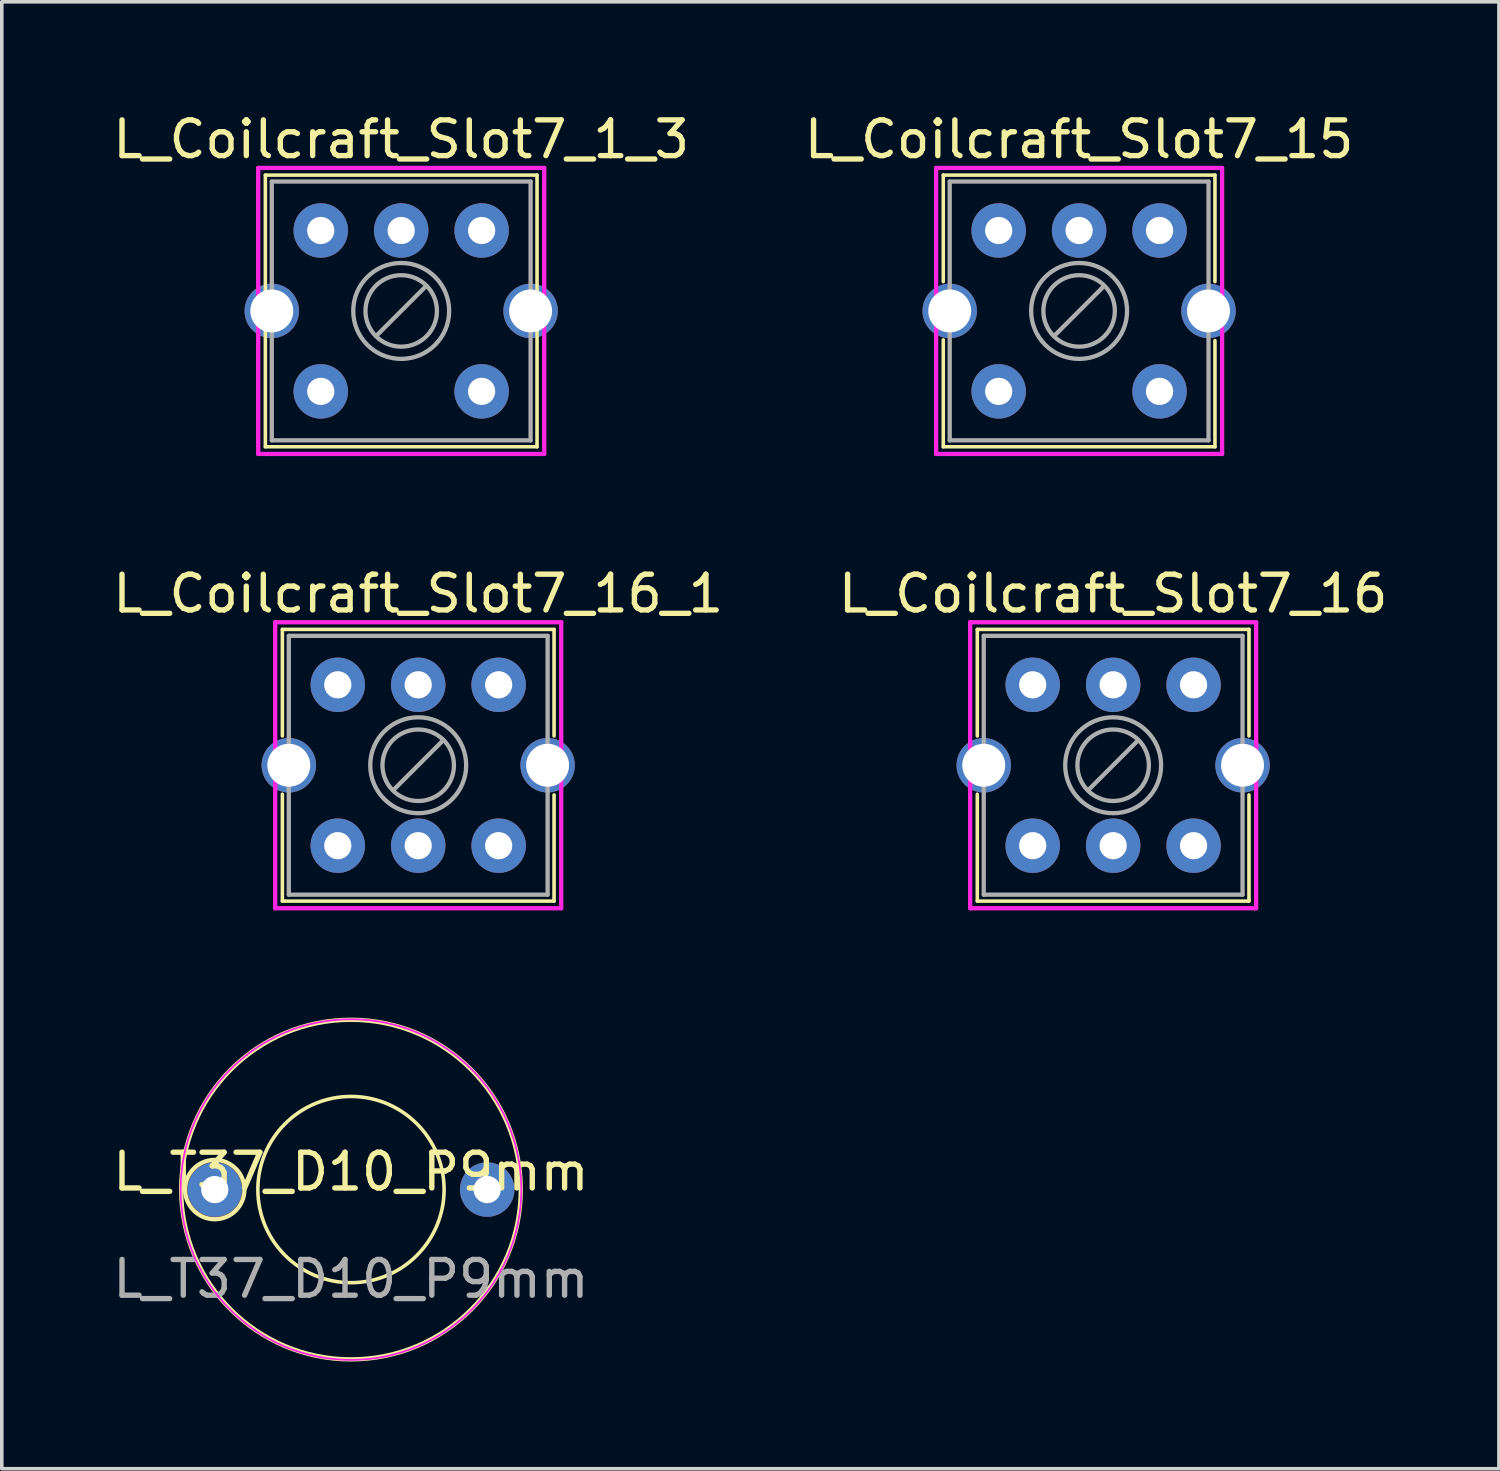
<source format=kicad_pcb>
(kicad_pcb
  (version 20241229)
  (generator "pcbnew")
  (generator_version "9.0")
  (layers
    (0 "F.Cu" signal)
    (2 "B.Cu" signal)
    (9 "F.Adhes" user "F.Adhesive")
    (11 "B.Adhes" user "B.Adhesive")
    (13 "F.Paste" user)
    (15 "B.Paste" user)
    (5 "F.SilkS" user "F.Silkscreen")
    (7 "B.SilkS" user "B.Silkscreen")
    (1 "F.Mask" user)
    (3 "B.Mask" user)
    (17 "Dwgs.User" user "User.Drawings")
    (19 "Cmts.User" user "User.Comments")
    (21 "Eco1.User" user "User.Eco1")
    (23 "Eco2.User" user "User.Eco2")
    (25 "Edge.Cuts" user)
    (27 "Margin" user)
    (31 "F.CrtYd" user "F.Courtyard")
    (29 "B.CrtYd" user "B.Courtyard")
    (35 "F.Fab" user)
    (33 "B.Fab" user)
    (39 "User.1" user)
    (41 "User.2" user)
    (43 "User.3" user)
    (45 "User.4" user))
  (footprint "L_Coilcraft_Slot7_16"
    (layer "F.Cu")
    (at 28.089 18.357)
    (property "Reference" "L_Coilcraft_Slot7_16" (at 0 -4.8 0) (layer "F.SilkS") (effects (font (size 1 1) (thickness 0.15))))
    (attr through_hole)
    (fp_line (start -3.8 -3.8) (end 3.8 -3.8) (stroke (width 0.1) (type solid)) (layer "F.SilkS"))
    (fp_line (start -3.8 -0.82) (end -3.8 -3.8) (stroke (width 0.1) (type solid)) (layer "F.SilkS"))
    (fp_line (start -3.8 3.8) (end -3.8 0.81) (stroke (width 0.1) (type solid)) (layer "F.SilkS"))
    (fp_line (start 3.8 -3.8) (end 3.8 -0.82) (stroke (width 0.1) (type solid)) (layer "F.SilkS"))
    (fp_line (start 3.8 0.83) (end 3.8 3.8) (stroke (width 0.1) (type solid)) (layer "F.SilkS"))
    (fp_line (start 3.8 3.8) (end -3.8 3.8) (stroke (width 0.1) (type solid)) (layer "F.SilkS"))
    (fp_line (start -4 -4) (end 4 -4) (stroke (width 0.12) (type solid)) (layer "F.CrtYd"))
    (fp_line (start -4 4) (end -4 -4) (stroke (width 0.12) (type solid)) (layer "F.CrtYd"))
    (fp_line (start 4 -4) (end 4 4) (stroke (width 0.12) (type solid)) (layer "F.CrtYd"))
    (fp_line (start 4 4) (end -4 4) (stroke (width 0.12) (type solid)) (layer "F.CrtYd"))
    (fp_line (start -3.62 -3.62) (end 3.62 -3.62) (stroke (width 0.12) (type solid)) (layer "F.Fab"))
    (fp_line (start -3.62 3.62) (end -3.62 -3.62) (stroke (width 0.12) (type solid)) (layer "F.Fab"))
    (fp_line (start 0.7 -0.7) (end -0.7 0.7) (stroke (width 0.12) (type solid)) (layer "F.Fab"))
    (fp_line (start 3.62 -3.62) (end 3.62 3.62) (stroke (width 0.12) (type solid)) (layer "F.Fab"))
    (fp_line (start 3.62 3.62) (end -3.62 3.62) (stroke (width 0.12) (type solid)) (layer "F.Fab"))
    (fp_circle (center 0 0) (end 1 0) (stroke (width 0.12) (type solid)) (fill no) (layer "F.Fab"))
    (fp_circle (center 0 0) (end 1.2 0.6) (stroke (width 0.12) (type solid)) (fill no) (layer "F.Fab"))
    (pad "1" thru_hole circle (at 2.25 -2.25) (size 1.524 1.524) (drill 0.762) (layers "*.Cu" "*.Mask"))
    (pad "2" thru_hole circle (at 0 -2.25) (size 1.524 1.524) (drill 0.762) (layers "*.Cu" "*.Mask"))
    (pad "3" thru_hole circle (at -2.25 -2.25) (size 1.524 1.524) (drill 0.762) (layers "*.Cu" "*.Mask"))
    (pad "4" thru_hole circle (at -2.25 2.25) (size 1.524 1.524) (drill 0.762) (layers "*.Cu" "*.Mask"))
    (pad "5" thru_hole circle (at 0 2.25) (size 1.524 1.524) (drill 0.762) (layers "*.Cu" "*.Mask"))
    (pad "6" thru_hole circle (at 2.25 2.25) (size 1.524 1.524) (drill 0.762) (layers "*.Cu" "*.Mask"))
    (pad "MP" thru_hole circle (at -3.62 0) (size 1.524 1.524) (drill 1.2) (layers "*.Cu" "*.Mask"))
    (pad "MP" thru_hole circle (at 3.62 0) (size 1.524 1.524) (drill 1.2) (layers "*.Cu" "*.Mask")))
  (footprint "L_T37_D10_P9mm"
    (layer "F.Cu")
    (at 6.768 30.227)
    (property "Reference" "L_T37_D10_P9mm" (at 0 -0.5 0) (unlocked yes) (layer "F.SilkS") (effects (font (size 1 1) (thickness 0.15))))
    (attr through_hole)
    (fp_circle (center -3.81 0) (end -2.98 0) (stroke (width 0.12) (type solid)) (fill no) (layer "F.SilkS"))
    (fp_circle (center 0 0) (end 2.605 0) (stroke (width 0.1) (type solid)) (fill no) (layer "F.SilkS"))
    (fp_circle (center 0 0) (end 4.75 0) (stroke (width 0.12) (type solid)) (fill no) (layer "F.SilkS"))
    (fp_circle (center 0 0) (end 4.765 0) (stroke (width 0.05) (type solid)) (fill no) (layer "F.CrtYd"))
    (fp_text user "${REFERENCE}" (at 0 2.5 0) (unlocked yes) (layer "F.Fab") (effects (font (size 1 1) (thickness 0.15))))
    (pad "1" thru_hole circle (at -3.81 0) (size 1.524 1.524) (drill 0.762) (layers "*.Cu" "*.Mask"))
    (pad "2" thru_hole circle (at 3.81 0) (size 1.524 1.524) (drill 0.762) (layers "*.Cu" "*.Mask")))
  (footprint "L_Coilcraft_Slot7_1_3"
    (layer "F.Cu")
    (at 8.173 5.648)
    (property "Reference" "L_Coilcraft_Slot7_1_3" (at 0 -4.8 0) (layer "F.SilkS") (effects (font (size 1 1) (thickness 0.15))))
    (attr through_hole)
    (fp_line (start -3.8 -3.8) (end 3.8 -3.8) (stroke (width 0.1) (type solid)) (layer "F.SilkS"))
    (fp_line (start -3.8 3.8) (end -3.8 -3.8) (stroke (width 0.1) (type solid)) (layer "F.SilkS"))
    (fp_line (start 3.8 -3.8) (end 3.8 3.8) (stroke (width 0.1) (type solid)) (layer "F.SilkS"))
    (fp_line (start 3.8 3.8) (end -3.8 3.8) (stroke (width 0.1) (type solid)) (layer "F.SilkS"))
    (fp_line (start -4 -4) (end 4 -4) (stroke (width 0.12) (type solid)) (layer "F.CrtYd"))
    (fp_line (start -4 4) (end -4 -4) (stroke (width 0.12) (type solid)) (layer "F.CrtYd"))
    (fp_line (start 4 -4) (end 4 4) (stroke (width 0.12) (type solid)) (layer "F.CrtYd"))
    (fp_line (start 4 4) (end -4 4) (stroke (width 0.12) (type solid)) (layer "F.CrtYd"))
    (fp_line (start -3.62 -3.62) (end 3.62 -3.62) (stroke (width 0.12) (type solid)) (layer "F.Fab"))
    (fp_line (start -3.62 3.62) (end -3.62 -3.62) (stroke (width 0.12) (type solid)) (layer "F.Fab"))
    (fp_line (start 0.7 -0.7) (end -0.7 0.7) (stroke (width 0.12) (type solid)) (layer "F.Fab"))
    (fp_line (start 3.62 -3.62) (end 3.62 3.62) (stroke (width 0.12) (type solid)) (layer "F.Fab"))
    (fp_line (start 3.62 3.62) (end -3.62 3.62) (stroke (width 0.12) (type solid)) (layer "F.Fab"))
    (fp_circle (center 0 0) (end 1 0) (stroke (width 0.12) (type solid)) (fill no) (layer "F.Fab"))
    (fp_circle (center 0 0) (end 1.2 0.6) (stroke (width 0.12) (type solid)) (fill no) (layer "F.Fab"))
    (pad "" np_thru_hole circle (at -2.25 2.25) (size 1.524 1.524) (drill 0.762) (layers "*.Cu" "*.Mask"))
    (pad "" np_thru_hole circle (at 0 -2.25) (size 1.524 1.524) (drill 0.762) (layers "*.Cu" "*.Mask"))
    (pad "" np_thru_hole circle (at 2.25 2.25) (size 1.524 1.524) (drill 0.762) (layers "*.Cu" "*.Mask"))
    (pad "1" thru_hole circle (at 2.25 -2.25) (size 1.524 1.524) (drill 0.762) (layers "*.Cu" "*.Mask"))
    (pad "2" thru_hole circle (at -2.25 -2.25) (size 1.524 1.524) (drill 0.762) (layers "*.Cu" "*.Mask"))
    (pad "MP" thru_hole circle (at -3.62 0) (size 1.524 1.524) (drill 1.2) (layers "*.Cu" "*.Mask"))
    (pad "MP" thru_hole circle (at 3.62 0) (size 1.524 1.524) (drill 1.2) (layers "*.Cu" "*.Mask")))
  (footprint "L_Coilcraft_Slot7_16_1"
    (layer "F.Cu")
    (at 8.649 18.357)
    (property "Reference" "L_Coilcraft_Slot7_16_1" (at 0 -4.8 0) (layer "F.SilkS") (effects (font (size 1 1) (thickness 0.15))))
    (attr through_hole)
    (fp_line (start -3.8 -3.8) (end 3.8 -3.8) (stroke (width 0.1) (type solid)) (layer "F.SilkS"))
    (fp_line (start -3.8 -0.82) (end -3.8 -3.8) (stroke (width 0.1) (type solid)) (layer "F.SilkS"))
    (fp_line (start -3.8 3.8) (end -3.8 0.81) (stroke (width 0.1) (type solid)) (layer "F.SilkS"))
    (fp_line (start 3.8 -3.8) (end 3.8 -0.82) (stroke (width 0.1) (type solid)) (layer "F.SilkS"))
    (fp_line (start 3.8 0.83) (end 3.8 3.8) (stroke (width 0.1) (type solid)) (layer "F.SilkS"))
    (fp_line (start 3.8 3.8) (end -3.8 3.8) (stroke (width 0.1) (type solid)) (layer "F.SilkS"))
    (fp_line (start -4 -4) (end 4 -4) (stroke (width 0.12) (type solid)) (layer "F.CrtYd"))
    (fp_line (start -4 4) (end -4 -4) (stroke (width 0.12) (type solid)) (layer "F.CrtYd"))
    (fp_line (start 4 -4) (end 4 4) (stroke (width 0.12) (type solid)) (layer "F.CrtYd"))
    (fp_line (start 4 4) (end -4 4) (stroke (width 0.12) (type solid)) (layer "F.CrtYd"))
    (fp_line (start -3.62 -3.62) (end 3.62 -3.62) (stroke (width 0.12) (type solid)) (layer "F.Fab"))
    (fp_line (start -3.62 3.62) (end -3.62 -3.62) (stroke (width 0.12) (type solid)) (layer "F.Fab"))
    (fp_line (start 0.7 -0.7) (end -0.7 0.7) (stroke (width 0.12) (type solid)) (layer "F.Fab"))
    (fp_line (start 3.62 -3.62) (end 3.62 3.62) (stroke (width 0.12) (type solid)) (layer "F.Fab"))
    (fp_line (start 3.62 3.62) (end -3.62 3.62) (stroke (width 0.12) (type solid)) (layer "F.Fab"))
    (fp_circle (center 0 0) (end 1 0) (stroke (width 0.12) (type solid)) (fill no) (layer "F.Fab"))
    (fp_circle (center 0 0) (end 1.2 0.6) (stroke (width 0.12) (type solid)) (fill no) (layer "F.Fab"))
    (pad "1" thru_hole circle (at 2.25 -2.25) (size 1.524 1.524) (drill 0.762) (layers "*.Cu" "*.Mask"))
    (pad "2" thru_hole circle (at 0 -2.25) (size 1.524 1.524) (drill 0.762) (layers "*.Cu" "*.Mask"))
    (pad "3" thru_hole circle (at -2.25 -2.25) (size 1.524 1.524) (drill 0.762) (layers "*.Cu" "*.Mask"))
    (pad "4" thru_hole circle (at -2.25 2.25) (size 1.524 1.524) (drill 0.762) (layers "*.Cu" "*.Mask"))
    (pad "5" thru_hole circle (at 0 2.25) (size 1.524 1.524) (drill 0.762) (layers "*.Cu" "*.Mask"))
    (pad "6" thru_hole circle (at 2.25 2.25) (size 1.524 1.524) (drill 0.762) (layers "*.Cu" "*.Mask"))
    (pad "MP" thru_hole circle (at -3.62 0) (size 1.524 1.524) (drill 1.2) (layers "*.Cu" "*.Mask"))
    (pad "MP" thru_hole circle (at 3.62 0) (size 1.524 1.524) (drill 1.2) (layers "*.Cu" "*.Mask")))
  (footprint "L_Coilcraft_Slot7_15"
    (layer "F.Cu")
    (at 27.137 5.648)
    (property "Reference" "L_Coilcraft_Slot7_15" (at 0 -4.8 0) (layer "F.SilkS") (effects (font (size 1 1) (thickness 0.15))))
    (attr through_hole)
    (fp_line (start -3.8 -3.8) (end 3.8 -3.8) (stroke (width 0.1) (type solid)) (layer "F.SilkS"))
    (fp_line (start -3.8 -0.82) (end -3.8 -3.8) (stroke (width 0.1) (type solid)) (layer "F.SilkS"))
    (fp_line (start -3.8 3.8) (end -3.8 0.81) (stroke (width 0.1) (type solid)) (layer "F.SilkS"))
    (fp_line (start 3.8 -3.8) (end 3.8 -0.82) (stroke (width 0.1) (type solid)) (layer "F.SilkS"))
    (fp_line (start 3.8 0.83) (end 3.8 3.8) (stroke (width 0.1) (type solid)) (layer "F.SilkS"))
    (fp_line (start 3.8 3.8) (end -3.8 3.8) (stroke (width 0.1) (type solid)) (layer "F.SilkS"))
    (fp_line (start -4 -4) (end 4 -4) (stroke (width 0.12) (type solid)) (layer "F.CrtYd"))
    (fp_line (start -4 4) (end -4 -4) (stroke (width 0.12) (type solid)) (layer "F.CrtYd"))
    (fp_line (start 4 -4) (end 4 4) (stroke (width 0.12) (type solid)) (layer "F.CrtYd"))
    (fp_line (start 4 4) (end -4 4) (stroke (width 0.12) (type solid)) (layer "F.CrtYd"))
    (fp_line (start -3.62 -3.62) (end 3.62 -3.62) (stroke (width 0.12) (type solid)) (layer "F.Fab"))
    (fp_line (start -3.62 3.62) (end -3.62 -3.62) (stroke (width 0.12) (type solid)) (layer "F.Fab"))
    (fp_line (start 0.7 -0.7) (end -0.7 0.7) (stroke (width 0.12) (type solid)) (layer "F.Fab"))
    (fp_line (start 3.62 -3.62) (end 3.62 3.62) (stroke (width 0.12) (type solid)) (layer "F.Fab"))
    (fp_line (start 3.62 3.62) (end -3.62 3.62) (stroke (width 0.12) (type solid)) (layer "F.Fab"))
    (fp_circle (center 0 0) (end 1 0) (stroke (width 0.12) (type solid)) (fill no) (layer "F.Fab"))
    (fp_circle (center 0 0) (end 1.2 0.6) (stroke (width 0.12) (type solid)) (fill no) (layer "F.Fab"))
    (pad "1" thru_hole circle (at 2.25 -2.25) (size 1.524 1.524) (drill 0.762) (layers "*.Cu" "*.Mask"))
    (pad "2" thru_hole circle (at 0 -2.25) (size 1.524 1.524) (drill 0.762) (layers "*.Cu" "*.Mask"))
    (pad "3" thru_hole circle (at -2.25 -2.25) (size 1.524 1.524) (drill 0.762) (layers "*.Cu" "*.Mask"))
    (pad "4" thru_hole circle (at -2.25 2.25) (size 1.524 1.524) (drill 0.762) (layers "*.Cu" "*.Mask"))
    (pad "5" thru_hole circle (at 2.25 2.25) (size 1.524 1.524) (drill 0.762) (layers "*.Cu" "*.Mask"))
    (pad "MP" thru_hole circle (at -3.62 0) (size 1.524 1.524) (drill 1.2) (layers "*.Cu" "*.Mask"))
    (pad "MP" thru_hole circle (at 3.62 0) (size 1.524 1.524) (drill 1.2) (layers "*.Cu" "*.Mask")))
  (gr_rect
    (start -3 -3)
    (end 38.881 38.036)
    (stroke (width 0.1) (type default))
    (fill no)
    (layer "Edge.Cuts")))
</source>
